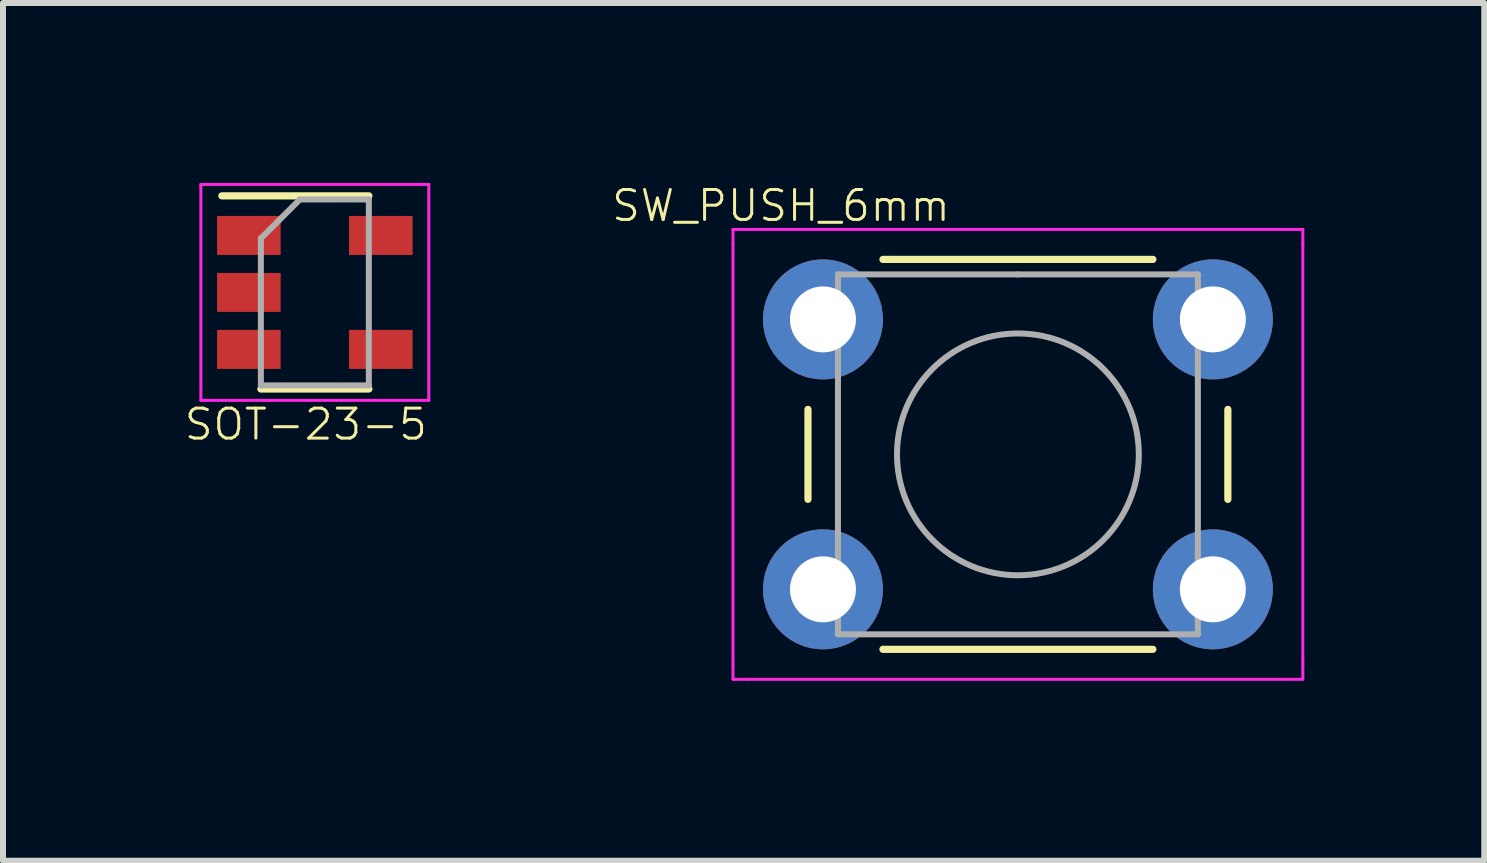
<source format=kicad_pcb>
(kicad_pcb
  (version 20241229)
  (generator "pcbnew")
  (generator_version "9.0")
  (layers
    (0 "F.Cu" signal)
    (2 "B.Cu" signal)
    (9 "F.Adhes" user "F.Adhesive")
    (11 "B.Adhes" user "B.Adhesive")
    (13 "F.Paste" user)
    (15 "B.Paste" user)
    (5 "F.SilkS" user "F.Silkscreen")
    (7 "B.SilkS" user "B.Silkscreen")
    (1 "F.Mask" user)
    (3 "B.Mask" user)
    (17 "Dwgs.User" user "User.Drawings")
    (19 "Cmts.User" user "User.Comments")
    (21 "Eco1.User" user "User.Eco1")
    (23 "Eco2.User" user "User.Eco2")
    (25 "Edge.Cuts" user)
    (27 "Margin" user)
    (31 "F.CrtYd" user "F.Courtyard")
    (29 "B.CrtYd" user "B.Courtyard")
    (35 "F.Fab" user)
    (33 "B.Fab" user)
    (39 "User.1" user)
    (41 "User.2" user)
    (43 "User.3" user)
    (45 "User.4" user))
  (footprint "SW_PUSH_6mm"
    (layer "F.Cu")
    (at 10.67 2.275)
    (property "Reference" "SW_PUSH_6mm" (at -0.7 -1.895 0) (layer "F.SilkS") (effects (font (size 0.5 0.5) (thickness 0.05))))
    (attr through_hole exclude_from_bom)
    (fp_line (start -0.25 1.5) (end -0.25 3) (stroke (width 0.12) (type solid)) (layer "F.SilkS"))
    (fp_line (start 1 5.5) (end 5.5 5.5) (stroke (width 0.12) (type solid)) (layer "F.SilkS"))
    (fp_line (start 5.5 -1) (end 1 -1) (stroke (width 0.12) (type solid)) (layer "F.SilkS"))
    (fp_line (start 6.75 3) (end 6.75 1.5) (stroke (width 0.12) (type solid)) (layer "F.SilkS"))
    (fp_line (start -1.5 -1.5) (end -1.25 -1.5) (stroke (width 0.05) (type solid)) (layer "F.CrtYd"))
    (fp_line (start -1.5 -1.25) (end -1.5 -1.5) (stroke (width 0.05) (type solid)) (layer "F.CrtYd"))
    (fp_line (start -1.5 5.75) (end -1.5 -1.25) (stroke (width 0.05) (type solid)) (layer "F.CrtYd"))
    (fp_line (start -1.5 5.75) (end -1.5 6) (stroke (width 0.05) (type solid)) (layer "F.CrtYd"))
    (fp_line (start -1.5 6) (end -1.25 6) (stroke (width 0.05) (type solid)) (layer "F.CrtYd"))
    (fp_line (start -1.25 -1.5) (end 7.75 -1.5) (stroke (width 0.05) (type solid)) (layer "F.CrtYd"))
    (fp_line (start 7.75 -1.5) (end 8 -1.5) (stroke (width 0.05) (type solid)) (layer "F.CrtYd"))
    (fp_line (start 7.75 6) (end -1.25 6) (stroke (width 0.05) (type solid)) (layer "F.CrtYd"))
    (fp_line (start 7.75 6) (end 8 6) (stroke (width 0.05) (type solid)) (layer "F.CrtYd"))
    (fp_line (start 8 -1.5) (end 8 -1.25) (stroke (width 0.05) (type solid)) (layer "F.CrtYd"))
    (fp_line (start 8 -1.25) (end 8 5.75) (stroke (width 0.05) (type solid)) (layer "F.CrtYd"))
    (fp_line (start 8 6) (end 8 5.75) (stroke (width 0.05) (type solid)) (layer "F.CrtYd"))
    (fp_line (start 0.25 -0.75) (end 3.25 -0.75) (stroke (width 0.1) (type solid)) (layer "F.Fab"))
    (fp_line (start 0.25 5.25) (end 0.25 -0.75) (stroke (width 0.1) (type solid)) (layer "F.Fab"))
    (fp_line (start 3.25 -0.75) (end 6.25 -0.75) (stroke (width 0.1) (type solid)) (layer "F.Fab"))
    (fp_line (start 6.25 -0.75) (end 6.25 5.25) (stroke (width 0.1) (type solid)) (layer "F.Fab"))
    (fp_line (start 6.25 5.25) (end 0.25 5.25) (stroke (width 0.1) (type solid)) (layer "F.Fab"))
    (fp_circle (center 3.25 2.25) (end 1.25 2.5) (stroke (width 0.1) (type solid)) (fill no) (layer "F.Fab"))
    (pad "1" thru_hole circle (at 0 0 270) (size 2 2) (drill 1.1) (layers "*.Cu" "*.Mask"))
    (pad "1" thru_hole circle (at 6.5 0 270) (size 2 2) (drill 1.1) (layers "*.Cu" "*.Mask"))
    (pad "2" thru_hole circle (at 0 4.5 270) (size 2 2) (drill 1.1) (layers "*.Cu" "*.Mask"))
    (pad "2" thru_hole circle (at 6.5 4.5 270) (size 2 2) (drill 1.1) (layers "*.Cu" "*.Mask")))
  (footprint "SOT-23-5"
    (layer "F.Cu")
    (at 2.199 1.825)
    (property "Reference" "SOT-23-5" (at -0.15 2.2 0) (layer "F.SilkS") (effects (font (size 0.5 0.5) (thickness 0.05))))
    (attr smd)
    (fp_line (start -0.9 1.61) (end 0.9 1.61) (stroke (width 0.12) (type solid)) (layer "F.SilkS"))
    (fp_line (start 0.9 -1.61) (end -1.55 -1.61) (stroke (width 0.12) (type solid)) (layer "F.SilkS"))
    (fp_line (start -1.9 -1.8) (end 1.9 -1.8) (stroke (width 0.05) (type solid)) (layer "F.CrtYd"))
    (fp_line (start -1.9 1.8) (end -1.9 -1.8) (stroke (width 0.05) (type solid)) (layer "F.CrtYd"))
    (fp_line (start 1.9 -1.8) (end 1.9 1.8) (stroke (width 0.05) (type solid)) (layer "F.CrtYd"))
    (fp_line (start 1.9 1.8) (end -1.9 1.8) (stroke (width 0.05) (type solid)) (layer "F.CrtYd"))
    (fp_line (start -0.9 -0.9) (end -0.9 1.55) (stroke (width 0.1) (type solid)) (layer "F.Fab"))
    (fp_line (start -0.9 -0.9) (end -0.25 -1.55) (stroke (width 0.1) (type solid)) (layer "F.Fab"))
    (fp_line (start 0.9 -1.55) (end -0.25 -1.55) (stroke (width 0.1) (type solid)) (layer "F.Fab"))
    (fp_line (start 0.9 -1.55) (end 0.9 1.55) (stroke (width 0.1) (type solid)) (layer "F.Fab"))
    (fp_line (start 0.9 1.55) (end -0.9 1.55) (stroke (width 0.1) (type solid)) (layer "F.Fab"))
    (pad "1" smd rect (at -1.1 -0.95 180) (size 1.06 0.65) (layers "F.Cu" "F.Mask" "F.Paste"))
    (pad "2" smd rect (at -1.1 0 180) (size 1.06 0.65) (layers "F.Cu" "F.Mask" "F.Paste"))
    (pad "3" smd rect (at -1.1 0.95 180) (size 1.06 0.65) (layers "F.Cu" "F.Mask" "F.Paste"))
    (pad "4" smd rect (at 1.1 0.95 180) (size 1.06 0.65) (layers "F.Cu" "F.Mask" "F.Paste"))
    (pad "5" smd rect (at 1.1 -0.95 180) (size 1.06 0.65) (layers "F.Cu" "F.Mask" "F.Paste")))
  (gr_rect
    (start -3 -3)
    (end 21.695 11.3)
    (stroke (width 0.1) (type default))
    (fill no)
    (layer "Edge.Cuts")))
</source>
